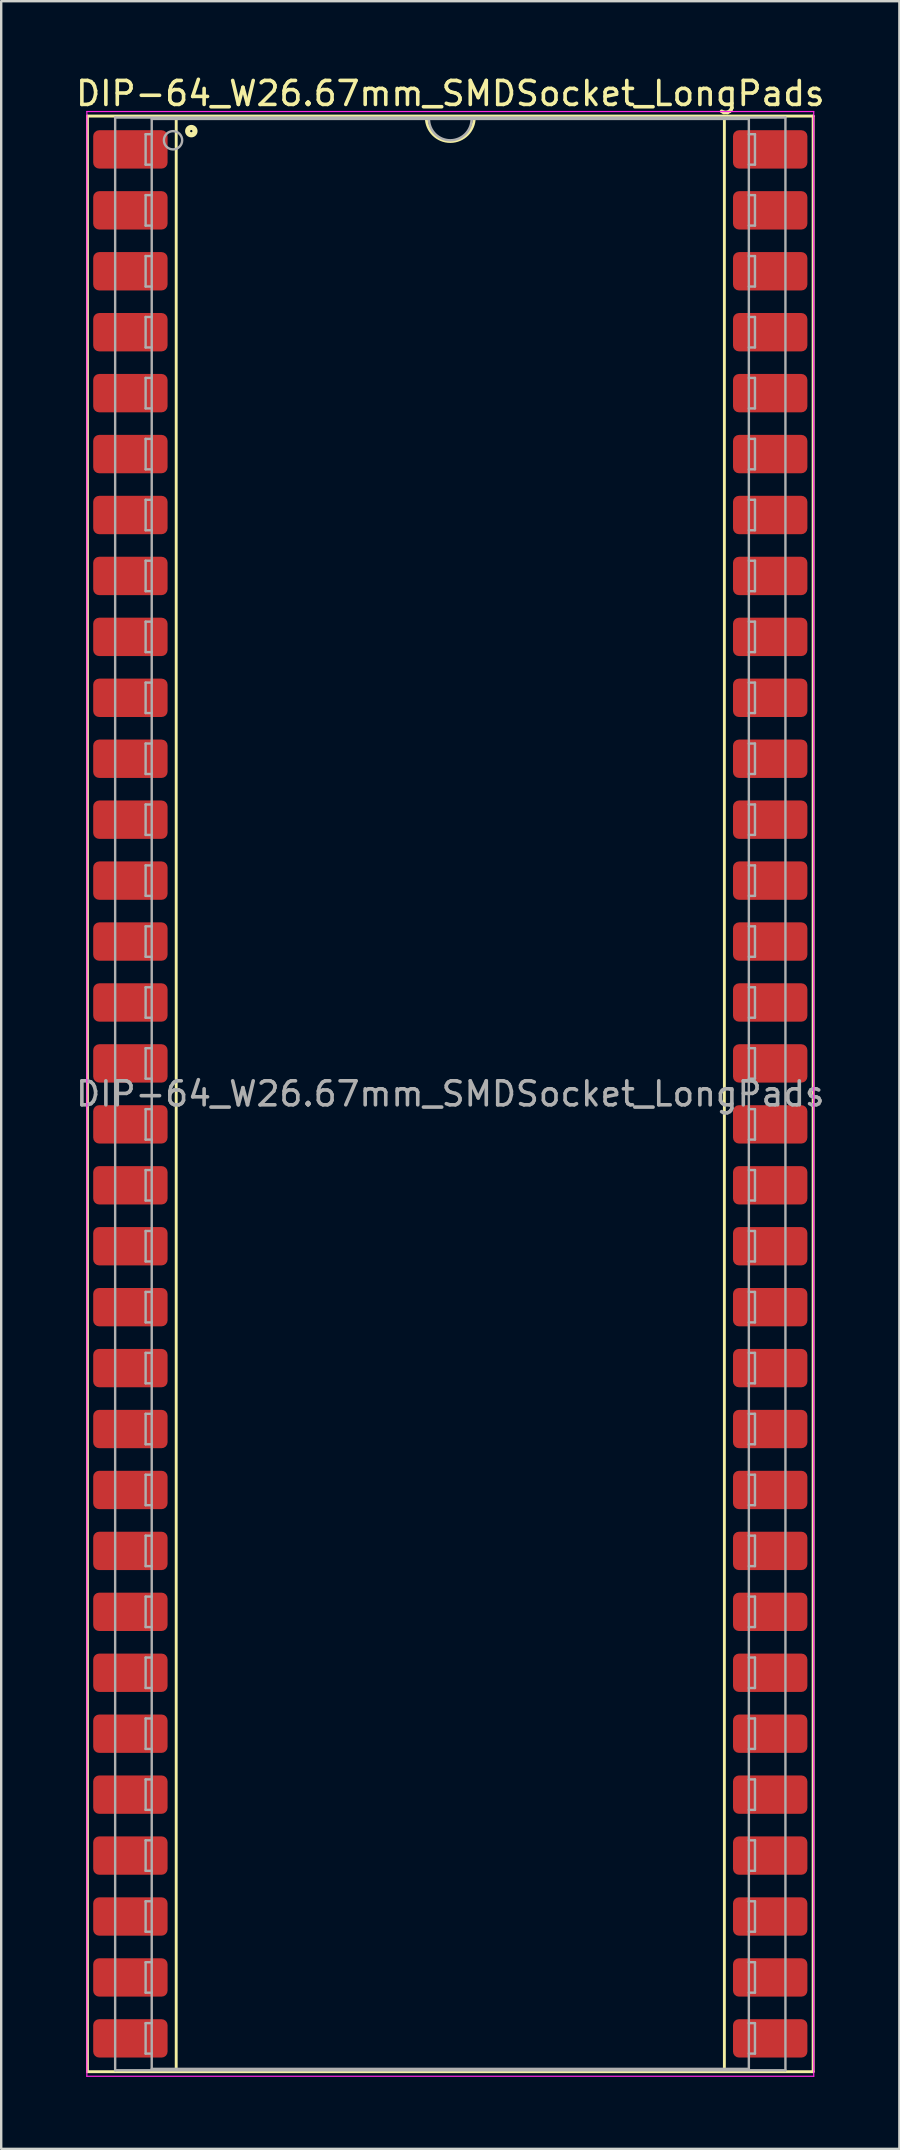
<source format=kicad_pcb>
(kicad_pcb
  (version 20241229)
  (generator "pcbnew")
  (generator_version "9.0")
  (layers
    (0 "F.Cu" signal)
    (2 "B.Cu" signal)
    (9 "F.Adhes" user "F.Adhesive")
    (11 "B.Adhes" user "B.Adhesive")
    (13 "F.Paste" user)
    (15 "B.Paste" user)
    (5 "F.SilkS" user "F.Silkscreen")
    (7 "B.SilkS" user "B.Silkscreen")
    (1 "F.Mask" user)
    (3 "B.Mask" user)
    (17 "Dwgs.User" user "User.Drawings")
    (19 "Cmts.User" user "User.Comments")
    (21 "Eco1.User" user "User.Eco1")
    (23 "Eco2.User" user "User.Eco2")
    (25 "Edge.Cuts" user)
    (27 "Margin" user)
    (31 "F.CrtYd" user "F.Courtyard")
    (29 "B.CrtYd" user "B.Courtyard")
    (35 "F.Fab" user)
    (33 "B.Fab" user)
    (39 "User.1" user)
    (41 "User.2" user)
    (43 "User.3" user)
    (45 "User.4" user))
  (footprint "DIP-64_W26.67mm_SMDSocket_LongPads"
    (layer "F.Cu")
    (at 15.72 42.548)
    (property "Reference" "DIP-64_W26.67mm_SMDSocket_LongPads" (at 0 -41.7 0) (layer "F.SilkS") (effects (font (size 1 1) (thickness 0.15))))
    (attr smd)
    (fp_line (start -15.125 -40.76) (end -15.125 40.76) (stroke (width 0.12) (type solid)) (layer "F.SilkS"))
    (fp_line (start -15.125 40.76) (end 15.125 40.76) (stroke (width 0.12) (type solid)) (layer "F.SilkS"))
    (fp_line (start -11.425 -40.7) (end -11.425 40.7) (stroke (width 0.12) (type solid)) (layer "F.SilkS"))
    (fp_line (start -11.425 40.7) (end 11.425 40.7) (stroke (width 0.12) (type solid)) (layer "F.SilkS"))
    (fp_line (start -1 -40.7) (end -11.425 -40.7) (stroke (width 0.12) (type solid)) (layer "F.SilkS"))
    (fp_line (start 11.425 -40.7) (end 1 -40.7) (stroke (width 0.12) (type solid)) (layer "F.SilkS"))
    (fp_line (start 11.425 40.7) (end 11.425 -40.7) (stroke (width 0.12) (type solid)) (layer "F.SilkS"))
    (fp_line (start 15.125 -40.76) (end -15.125 -40.76) (stroke (width 0.12) (type solid)) (layer "F.SilkS"))
    (fp_line (start 15.125 40.76) (end 15.125 -40.76) (stroke (width 0.12) (type solid)) (layer "F.SilkS"))
    (fp_arc (start 1 -40.7) (mid 0 -39.7) (end -1 -40.7) (stroke (width 0.12) (type solid)) (layer "F.SilkS"))
    (fp_circle (center -10.795 -40.132) (end -10.745 -40.132) (stroke (width 0.12) (type solid)) (fill no) (layer "F.SilkS"))
    (fp_circle (center -10.795 -40.132) (end -10.67 -40.132) (stroke (width 0.12) (type solid)) (fill no) (layer "F.SilkS"))
    (fp_circle (center -10.795 -40.132) (end -10.595 -40.132) (stroke (width 0.12) (type solid)) (fill no) (layer "F.SilkS"))
    (fp_line (start -15.15 -40.95) (end -15.15 40.95) (stroke (width 0.05) (type solid)) (layer "F.CrtYd"))
    (fp_line (start -15.15 40.95) (end 15.15 40.95) (stroke (width 0.05) (type solid)) (layer "F.CrtYd"))
    (fp_line (start 15.15 -40.95) (end -15.15 -40.95) (stroke (width 0.05) (type solid)) (layer "F.CrtYd"))
    (fp_line (start 15.15 40.95) (end 15.15 -40.95) (stroke (width 0.05) (type solid)) (layer "F.CrtYd"))
    (fp_line (start -13.97 -40.7) (end -13.97 40.7) (stroke (width 0.1) (type solid)) (layer "F.Fab"))
    (fp_line (start -13.97 40.7) (end 13.97 40.7) (stroke (width 0.1) (type solid)) (layer "F.Fab"))
    (fp_line (start -12.7 -40.005) (end -12.7 -38.735) (stroke (width 0.1) (type solid)) (layer "F.Fab"))
    (fp_line (start -12.7 -40.005) (end -12.446 -40.005) (stroke (width 0.1) (type solid)) (layer "F.Fab"))
    (fp_line (start -12.7 -38.735) (end -12.446 -38.735) (stroke (width 0.1) (type solid)) (layer "F.Fab"))
    (fp_line (start -12.7 -37.465) (end -12.7 -36.195) (stroke (width 0.1) (type solid)) (layer "F.Fab"))
    (fp_line (start -12.7 -37.465) (end -12.446 -37.465) (stroke (width 0.1) (type solid)) (layer "F.Fab"))
    (fp_line (start -12.7 -36.195) (end -12.446 -36.195) (stroke (width 0.1) (type solid)) (layer "F.Fab"))
    (fp_line (start -12.7 -34.925) (end -12.7 -33.655) (stroke (width 0.1) (type solid)) (layer "F.Fab"))
    (fp_line (start -12.7 -34.925) (end -12.446 -34.925) (stroke (width 0.1) (type solid)) (layer "F.Fab"))
    (fp_line (start -12.7 -33.655) (end -12.446 -33.655) (stroke (width 0.1) (type solid)) (layer "F.Fab"))
    (fp_line (start -12.7 -32.385) (end -12.7 -31.115) (stroke (width 0.1) (type solid)) (layer "F.Fab"))
    (fp_line (start -12.7 -32.385) (end -12.446 -32.385) (stroke (width 0.1) (type solid)) (layer "F.Fab"))
    (fp_line (start -12.7 -31.115) (end -12.446 -31.115) (stroke (width 0.1) (type solid)) (layer "F.Fab"))
    (fp_line (start -12.7 -29.845) (end -12.7 -28.575) (stroke (width 0.1) (type solid)) (layer "F.Fab"))
    (fp_line (start -12.7 -29.845) (end -12.446 -29.845) (stroke (width 0.1) (type solid)) (layer "F.Fab"))
    (fp_line (start -12.7 -28.575) (end -12.446 -28.575) (stroke (width 0.1) (type solid)) (layer "F.Fab"))
    (fp_line (start -12.7 -27.305) (end -12.7 -26.035) (stroke (width 0.1) (type solid)) (layer "F.Fab"))
    (fp_line (start -12.7 -27.305) (end -12.446 -27.305) (stroke (width 0.1) (type solid)) (layer "F.Fab"))
    (fp_line (start -12.7 -26.035) (end -12.446 -26.035) (stroke (width 0.1) (type solid)) (layer "F.Fab"))
    (fp_line (start -12.7 -24.765) (end -12.7 -23.495) (stroke (width 0.1) (type solid)) (layer "F.Fab"))
    (fp_line (start -12.7 -24.765) (end -12.446 -24.765) (stroke (width 0.1) (type solid)) (layer "F.Fab"))
    (fp_line (start -12.7 -23.495) (end -12.446 -23.495) (stroke (width 0.1) (type solid)) (layer "F.Fab"))
    (fp_line (start -12.7 -22.225) (end -12.7 -20.955) (stroke (width 0.1) (type solid)) (layer "F.Fab"))
    (fp_line (start -12.7 -22.225) (end -12.446 -22.225) (stroke (width 0.1) (type solid)) (layer "F.Fab"))
    (fp_line (start -12.7 -20.955) (end -12.446 -20.955) (stroke (width 0.1) (type solid)) (layer "F.Fab"))
    (fp_line (start -12.7 -19.685) (end -12.7 -18.415) (stroke (width 0.1) (type solid)) (layer "F.Fab"))
    (fp_line (start -12.7 -19.685) (end -12.446 -19.685) (stroke (width 0.1) (type solid)) (layer "F.Fab"))
    (fp_line (start -12.7 -18.415) (end -12.446 -18.415) (stroke (width 0.1) (type solid)) (layer "F.Fab"))
    (fp_line (start -12.7 -17.145) (end -12.7 -15.875) (stroke (width 0.1) (type solid)) (layer "F.Fab"))
    (fp_line (start -12.7 -17.145) (end -12.446 -17.145) (stroke (width 0.1) (type solid)) (layer "F.Fab"))
    (fp_line (start -12.7 -15.875) (end -12.446 -15.875) (stroke (width 0.1) (type solid)) (layer "F.Fab"))
    (fp_line (start -12.7 -14.605) (end -12.7 -13.335) (stroke (width 0.1) (type solid)) (layer "F.Fab"))
    (fp_line (start -12.7 -14.605) (end -12.446 -14.605) (stroke (width 0.1) (type solid)) (layer "F.Fab"))
    (fp_line (start -12.7 -13.335) (end -12.446 -13.335) (stroke (width 0.1) (type solid)) (layer "F.Fab"))
    (fp_line (start -12.7 -12.065) (end -12.7 -10.795) (stroke (width 0.1) (type solid)) (layer "F.Fab"))
    (fp_line (start -12.7 -12.065) (end -12.446 -12.065) (stroke (width 0.1) (type solid)) (layer "F.Fab"))
    (fp_line (start -12.7 -10.795) (end -12.446 -10.795) (stroke (width 0.1) (type solid)) (layer "F.Fab"))
    (fp_line (start -12.7 -9.525) (end -12.7 -8.255) (stroke (width 0.1) (type solid)) (layer "F.Fab"))
    (fp_line (start -12.7 -9.525) (end -12.446 -9.525) (stroke (width 0.1) (type solid)) (layer "F.Fab"))
    (fp_line (start -12.7 -8.255) (end -12.446 -8.255) (stroke (width 0.1) (type solid)) (layer "F.Fab"))
    (fp_line (start -12.7 -6.985) (end -12.7 -5.715) (stroke (width 0.1) (type solid)) (layer "F.Fab"))
    (fp_line (start -12.7 -6.985) (end -12.446 -6.985) (stroke (width 0.1) (type solid)) (layer "F.Fab"))
    (fp_line (start -12.7 -5.715) (end -12.446 -5.715) (stroke (width 0.1) (type solid)) (layer "F.Fab"))
    (fp_line (start -12.7 -4.445) (end -12.7 -3.175) (stroke (width 0.1) (type solid)) (layer "F.Fab"))
    (fp_line (start -12.7 -4.445) (end -12.446 -4.445) (stroke (width 0.1) (type solid)) (layer "F.Fab"))
    (fp_line (start -12.7 -3.175) (end -12.446 -3.175) (stroke (width 0.1) (type solid)) (layer "F.Fab"))
    (fp_line (start -12.7 -1.905) (end -12.7 -0.635) (stroke (width 0.1) (type solid)) (layer "F.Fab"))
    (fp_line (start -12.7 -1.905) (end -12.446 -1.905) (stroke (width 0.1) (type solid)) (layer "F.Fab"))
    (fp_line (start -12.7 -0.635) (end -12.446 -0.635) (stroke (width 0.1) (type solid)) (layer "F.Fab"))
    (fp_line (start -12.7 0.635) (end -12.7 1.905) (stroke (width 0.1) (type solid)) (layer "F.Fab"))
    (fp_line (start -12.7 0.635) (end -12.446 0.635) (stroke (width 0.1) (type solid)) (layer "F.Fab"))
    (fp_line (start -12.7 1.905) (end -12.446 1.905) (stroke (width 0.1) (type solid)) (layer "F.Fab"))
    (fp_line (start -12.7 3.175) (end -12.7 4.445) (stroke (width 0.1) (type solid)) (layer "F.Fab"))
    (fp_line (start -12.7 3.175) (end -12.446 3.175) (stroke (width 0.1) (type solid)) (layer "F.Fab"))
    (fp_line (start -12.7 4.445) (end -12.446 4.445) (stroke (width 0.1) (type solid)) (layer "F.Fab"))
    (fp_line (start -12.7 5.715) (end -12.7 6.985) (stroke (width 0.1) (type solid)) (layer "F.Fab"))
    (fp_line (start -12.7 5.715) (end -12.446 5.715) (stroke (width 0.1) (type solid)) (layer "F.Fab"))
    (fp_line (start -12.7 6.985) (end -12.446 6.985) (stroke (width 0.1) (type solid)) (layer "F.Fab"))
    (fp_line (start -12.7 8.255) (end -12.7 9.525) (stroke (width 0.1) (type solid)) (layer "F.Fab"))
    (fp_line (start -12.7 8.255) (end -12.446 8.255) (stroke (width 0.1) (type solid)) (layer "F.Fab"))
    (fp_line (start -12.7 9.525) (end -12.446 9.525) (stroke (width 0.1) (type solid)) (layer "F.Fab"))
    (fp_line (start -12.7 10.795) (end -12.7 12.065) (stroke (width 0.1) (type solid)) (layer "F.Fab"))
    (fp_line (start -12.7 10.795) (end -12.446 10.795) (stroke (width 0.1) (type solid)) (layer "F.Fab"))
    (fp_line (start -12.7 12.065) (end -12.446 12.065) (stroke (width 0.1) (type solid)) (layer "F.Fab"))
    (fp_line (start -12.7 13.335) (end -12.7 14.605) (stroke (width 0.1) (type solid)) (layer "F.Fab"))
    (fp_line (start -12.7 13.335) (end -12.446 13.335) (stroke (width 0.1) (type solid)) (layer "F.Fab"))
    (fp_line (start -12.7 14.605) (end -12.446 14.605) (stroke (width 0.1) (type solid)) (layer "F.Fab"))
    (fp_line (start -12.7 15.875) (end -12.7 17.145) (stroke (width 0.1) (type solid)) (layer "F.Fab"))
    (fp_line (start -12.7 15.875) (end -12.446 15.875) (stroke (width 0.1) (type solid)) (layer "F.Fab"))
    (fp_line (start -12.7 17.145) (end -12.446 17.145) (stroke (width 0.1) (type solid)) (layer "F.Fab"))
    (fp_line (start -12.7 18.415) (end -12.7 19.685) (stroke (width 0.1) (type solid)) (layer "F.Fab"))
    (fp_line (start -12.7 18.415) (end -12.446 18.415) (stroke (width 0.1) (type solid)) (layer "F.Fab"))
    (fp_line (start -12.7 19.685) (end -12.446 19.685) (stroke (width 0.1) (type solid)) (layer "F.Fab"))
    (fp_line (start -12.7 20.955) (end -12.7 22.225) (stroke (width 0.1) (type solid)) (layer "F.Fab"))
    (fp_line (start -12.7 20.955) (end -12.446 20.955) (stroke (width 0.1) (type solid)) (layer "F.Fab"))
    (fp_line (start -12.7 22.225) (end -12.446 22.225) (stroke (width 0.1) (type solid)) (layer "F.Fab"))
    (fp_line (start -12.7 23.495) (end -12.7 24.765) (stroke (width 0.1) (type solid)) (layer "F.Fab"))
    (fp_line (start -12.7 23.495) (end -12.446 23.495) (stroke (width 0.1) (type solid)) (layer "F.Fab"))
    (fp_line (start -12.7 24.765) (end -12.446 24.765) (stroke (width 0.1) (type solid)) (layer "F.Fab"))
    (fp_line (start -12.7 26.035) (end -12.7 27.305) (stroke (width 0.1) (type solid)) (layer "F.Fab"))
    (fp_line (start -12.7 26.035) (end -12.446 26.035) (stroke (width 0.1) (type solid)) (layer "F.Fab"))
    (fp_line (start -12.7 27.305) (end -12.446 27.305) (stroke (width 0.1) (type solid)) (layer "F.Fab"))
    (fp_line (start -12.7 28.575) (end -12.7 29.845) (stroke (width 0.1) (type solid)) (layer "F.Fab"))
    (fp_line (start -12.7 28.575) (end -12.446 28.575) (stroke (width 0.1) (type solid)) (layer "F.Fab"))
    (fp_line (start -12.7 29.845) (end -12.446 29.845) (stroke (width 0.1) (type solid)) (layer "F.Fab"))
    (fp_line (start -12.7 31.115) (end -12.7 32.385) (stroke (width 0.1) (type solid)) (layer "F.Fab"))
    (fp_line (start -12.7 31.115) (end -12.446 31.115) (stroke (width 0.1) (type solid)) (layer "F.Fab"))
    (fp_line (start -12.7 32.385) (end -12.446 32.385) (stroke (width 0.1) (type solid)) (layer "F.Fab"))
    (fp_line (start -12.7 33.655) (end -12.7 34.925) (stroke (width 0.1) (type solid)) (layer "F.Fab"))
    (fp_line (start -12.7 33.655) (end -12.446 33.655) (stroke (width 0.1) (type solid)) (layer "F.Fab"))
    (fp_line (start -12.7 34.925) (end -12.446 34.925) (stroke (width 0.1) (type solid)) (layer "F.Fab"))
    (fp_line (start -12.7 36.195) (end -12.7 37.465) (stroke (width 0.1) (type solid)) (layer "F.Fab"))
    (fp_line (start -12.7 36.195) (end -12.446 36.195) (stroke (width 0.1) (type solid)) (layer "F.Fab"))
    (fp_line (start -12.7 37.465) (end -12.446 37.465) (stroke (width 0.1) (type solid)) (layer "F.Fab"))
    (fp_line (start -12.7 38.735) (end -12.7 40.005) (stroke (width 0.1) (type solid)) (layer "F.Fab"))
    (fp_line (start -12.7 38.735) (end -12.446 38.735) (stroke (width 0.1) (type solid)) (layer "F.Fab"))
    (fp_line (start -12.7 40.005) (end -12.446 40.005) (stroke (width 0.1) (type solid)) (layer "F.Fab"))
    (fp_line (start -12.445 -40.64) (end 12.445 -40.64) (stroke (width 0.1) (type solid)) (layer "F.Fab"))
    (fp_line (start -12.445 40.64) (end -12.445 -40.64) (stroke (width 0.1) (type solid)) (layer "F.Fab"))
    (fp_line (start 12.445 -40.64) (end 12.445 40.64) (stroke (width 0.1) (type solid)) (layer "F.Fab"))
    (fp_line (start 12.445 40.64) (end -12.445 40.64) (stroke (width 0.1) (type solid)) (layer "F.Fab"))
    (fp_line (start 12.7 -40.005) (end 12.446 -40.005) (stroke (width 0.1) (type solid)) (layer "F.Fab"))
    (fp_line (start 12.7 -38.735) (end 12.446 -38.735) (stroke (width 0.1) (type solid)) (layer "F.Fab"))
    (fp_line (start 12.7 -38.735) (end 12.7 -40.005) (stroke (width 0.1) (type solid)) (layer "F.Fab"))
    (fp_line (start 12.7 -37.465) (end 12.446 -37.465) (stroke (width 0.1) (type solid)) (layer "F.Fab"))
    (fp_line (start 12.7 -36.195) (end 12.446 -36.195) (stroke (width 0.1) (type solid)) (layer "F.Fab"))
    (fp_line (start 12.7 -36.195) (end 12.7 -37.465) (stroke (width 0.1) (type solid)) (layer "F.Fab"))
    (fp_line (start 12.7 -34.925) (end 12.446 -34.925) (stroke (width 0.1) (type solid)) (layer "F.Fab"))
    (fp_line (start 12.7 -33.655) (end 12.446 -33.655) (stroke (width 0.1) (type solid)) (layer "F.Fab"))
    (fp_line (start 12.7 -33.655) (end 12.7 -34.925) (stroke (width 0.1) (type solid)) (layer "F.Fab"))
    (fp_line (start 12.7 -32.385) (end 12.446 -32.385) (stroke (width 0.1) (type solid)) (layer "F.Fab"))
    (fp_line (start 12.7 -31.115) (end 12.446 -31.115) (stroke (width 0.1) (type solid)) (layer "F.Fab"))
    (fp_line (start 12.7 -31.115) (end 12.7 -32.385) (stroke (width 0.1) (type solid)) (layer "F.Fab"))
    (fp_line (start 12.7 -29.845) (end 12.446 -29.845) (stroke (width 0.1) (type solid)) (layer "F.Fab"))
    (fp_line (start 12.7 -28.575) (end 12.446 -28.575) (stroke (width 0.1) (type solid)) (layer "F.Fab"))
    (fp_line (start 12.7 -28.575) (end 12.7 -29.845) (stroke (width 0.1) (type solid)) (layer "F.Fab"))
    (fp_line (start 12.7 -27.305) (end 12.446 -27.305) (stroke (width 0.1) (type solid)) (layer "F.Fab"))
    (fp_line (start 12.7 -26.035) (end 12.446 -26.035) (stroke (width 0.1) (type solid)) (layer "F.Fab"))
    (fp_line (start 12.7 -26.035) (end 12.7 -27.305) (stroke (width 0.1) (type solid)) (layer "F.Fab"))
    (fp_line (start 12.7 -24.765) (end 12.446 -24.765) (stroke (width 0.1) (type solid)) (layer "F.Fab"))
    (fp_line (start 12.7 -23.495) (end 12.446 -23.495) (stroke (width 0.1) (type solid)) (layer "F.Fab"))
    (fp_line (start 12.7 -23.495) (end 12.7 -24.765) (stroke (width 0.1) (type solid)) (layer "F.Fab"))
    (fp_line (start 12.7 -22.225) (end 12.446 -22.225) (stroke (width 0.1) (type solid)) (layer "F.Fab"))
    (fp_line (start 12.7 -20.955) (end 12.446 -20.955) (stroke (width 0.1) (type solid)) (layer "F.Fab"))
    (fp_line (start 12.7 -20.955) (end 12.7 -22.225) (stroke (width 0.1) (type solid)) (layer "F.Fab"))
    (fp_line (start 12.7 -19.685) (end 12.446 -19.685) (stroke (width 0.1) (type solid)) (layer "F.Fab"))
    (fp_line (start 12.7 -18.415) (end 12.446 -18.415) (stroke (width 0.1) (type solid)) (layer "F.Fab"))
    (fp_line (start 12.7 -18.415) (end 12.7 -19.685) (stroke (width 0.1) (type solid)) (layer "F.Fab"))
    (fp_line (start 12.7 -17.145) (end 12.446 -17.145) (stroke (width 0.1) (type solid)) (layer "F.Fab"))
    (fp_line (start 12.7 -15.875) (end 12.446 -15.875) (stroke (width 0.1) (type solid)) (layer "F.Fab"))
    (fp_line (start 12.7 -15.875) (end 12.7 -17.145) (stroke (width 0.1) (type solid)) (layer "F.Fab"))
    (fp_line (start 12.7 -14.605) (end 12.446 -14.605) (stroke (width 0.1) (type solid)) (layer "F.Fab"))
    (fp_line (start 12.7 -13.335) (end 12.446 -13.335) (stroke (width 0.1) (type solid)) (layer "F.Fab"))
    (fp_line (start 12.7 -13.335) (end 12.7 -14.605) (stroke (width 0.1) (type solid)) (layer "F.Fab"))
    (fp_line (start 12.7 -12.065) (end 12.446 -12.065) (stroke (width 0.1) (type solid)) (layer "F.Fab"))
    (fp_line (start 12.7 -10.795) (end 12.446 -10.795) (stroke (width 0.1) (type solid)) (layer "F.Fab"))
    (fp_line (start 12.7 -10.795) (end 12.7 -12.065) (stroke (width 0.1) (type solid)) (layer "F.Fab"))
    (fp_line (start 12.7 -9.525) (end 12.446 -9.525) (stroke (width 0.1) (type solid)) (layer "F.Fab"))
    (fp_line (start 12.7 -8.255) (end 12.446 -8.255) (stroke (width 0.1) (type solid)) (layer "F.Fab"))
    (fp_line (start 12.7 -8.255) (end 12.7 -9.525) (stroke (width 0.1) (type solid)) (layer "F.Fab"))
    (fp_line (start 12.7 -6.985) (end 12.446 -6.985) (stroke (width 0.1) (type solid)) (layer "F.Fab"))
    (fp_line (start 12.7 -5.715) (end 12.446 -5.715) (stroke (width 0.1) (type solid)) (layer "F.Fab"))
    (fp_line (start 12.7 -5.715) (end 12.7 -6.985) (stroke (width 0.1) (type solid)) (layer "F.Fab"))
    (fp_line (start 12.7 -4.445) (end 12.446 -4.445) (stroke (width 0.1) (type solid)) (layer "F.Fab"))
    (fp_line (start 12.7 -3.175) (end 12.446 -3.175) (stroke (width 0.1) (type solid)) (layer "F.Fab"))
    (fp_line (start 12.7 -3.175) (end 12.7 -4.445) (stroke (width 0.1) (type solid)) (layer "F.Fab"))
    (fp_line (start 12.7 -1.905) (end 12.446 -1.905) (stroke (width 0.1) (type solid)) (layer "F.Fab"))
    (fp_line (start 12.7 -0.635) (end 12.446 -0.635) (stroke (width 0.1) (type solid)) (layer "F.Fab"))
    (fp_line (start 12.7 -0.635) (end 12.7 -1.905) (stroke (width 0.1) (type solid)) (layer "F.Fab"))
    (fp_line (start 12.7 0.635) (end 12.446 0.635) (stroke (width 0.1) (type solid)) (layer "F.Fab"))
    (fp_line (start 12.7 1.905) (end 12.446 1.905) (stroke (width 0.1) (type solid)) (layer "F.Fab"))
    (fp_line (start 12.7 1.905) (end 12.7 0.635) (stroke (width 0.1) (type solid)) (layer "F.Fab"))
    (fp_line (start 12.7 3.175) (end 12.446 3.175) (stroke (width 0.1) (type solid)) (layer "F.Fab"))
    (fp_line (start 12.7 4.445) (end 12.446 4.445) (stroke (width 0.1) (type solid)) (layer "F.Fab"))
    (fp_line (start 12.7 4.445) (end 12.7 3.175) (stroke (width 0.1) (type solid)) (layer "F.Fab"))
    (fp_line (start 12.7 5.715) (end 12.446 5.715) (stroke (width 0.1) (type solid)) (layer "F.Fab"))
    (fp_line (start 12.7 6.985) (end 12.446 6.985) (stroke (width 0.1) (type solid)) (layer "F.Fab"))
    (fp_line (start 12.7 6.985) (end 12.7 5.715) (stroke (width 0.1) (type solid)) (layer "F.Fab"))
    (fp_line (start 12.7 8.255) (end 12.446 8.255) (stroke (width 0.1) (type solid)) (layer "F.Fab"))
    (fp_line (start 12.7 9.525) (end 12.446 9.525) (stroke (width 0.1) (type solid)) (layer "F.Fab"))
    (fp_line (start 12.7 9.525) (end 12.7 8.255) (stroke (width 0.1) (type solid)) (layer "F.Fab"))
    (fp_line (start 12.7 10.795) (end 12.446 10.795) (stroke (width 0.1) (type solid)) (layer "F.Fab"))
    (fp_line (start 12.7 12.065) (end 12.446 12.065) (stroke (width 0.1) (type solid)) (layer "F.Fab"))
    (fp_line (start 12.7 12.065) (end 12.7 10.795) (stroke (width 0.1) (type solid)) (layer "F.Fab"))
    (fp_line (start 12.7 13.335) (end 12.446 13.335) (stroke (width 0.1) (type solid)) (layer "F.Fab"))
    (fp_line (start 12.7 14.605) (end 12.446 14.605) (stroke (width 0.1) (type solid)) (layer "F.Fab"))
    (fp_line (start 12.7 14.605) (end 12.7 13.335) (stroke (width 0.1) (type solid)) (layer "F.Fab"))
    (fp_line (start 12.7 15.875) (end 12.446 15.875) (stroke (width 0.1) (type solid)) (layer "F.Fab"))
    (fp_line (start 12.7 17.145) (end 12.446 17.145) (stroke (width 0.1) (type solid)) (layer "F.Fab"))
    (fp_line (start 12.7 17.145) (end 12.7 15.875) (stroke (width 0.1) (type solid)) (layer "F.Fab"))
    (fp_line (start 12.7 18.415) (end 12.446 18.415) (stroke (width 0.1) (type solid)) (layer "F.Fab"))
    (fp_line (start 12.7 19.685) (end 12.446 19.685) (stroke (width 0.1) (type solid)) (layer "F.Fab"))
    (fp_line (start 12.7 19.685) (end 12.7 18.415) (stroke (width 0.1) (type solid)) (layer "F.Fab"))
    (fp_line (start 12.7 20.955) (end 12.446 20.955) (stroke (width 0.1) (type solid)) (layer "F.Fab"))
    (fp_line (start 12.7 22.225) (end 12.446 22.225) (stroke (width 0.1) (type solid)) (layer "F.Fab"))
    (fp_line (start 12.7 22.225) (end 12.7 20.955) (stroke (width 0.1) (type solid)) (layer "F.Fab"))
    (fp_line (start 12.7 23.495) (end 12.446 23.495) (stroke (width 0.1) (type solid)) (layer "F.Fab"))
    (fp_line (start 12.7 24.765) (end 12.446 24.765) (stroke (width 0.1) (type solid)) (layer "F.Fab"))
    (fp_line (start 12.7 24.765) (end 12.7 23.495) (stroke (width 0.1) (type solid)) (layer "F.Fab"))
    (fp_line (start 12.7 26.035) (end 12.446 26.035) (stroke (width 0.1) (type solid)) (layer "F.Fab"))
    (fp_line (start 12.7 27.305) (end 12.446 27.305) (stroke (width 0.1) (type solid)) (layer "F.Fab"))
    (fp_line (start 12.7 27.305) (end 12.7 26.035) (stroke (width 0.1) (type solid)) (layer "F.Fab"))
    (fp_line (start 12.7 28.575) (end 12.446 28.575) (stroke (width 0.1) (type solid)) (layer "F.Fab"))
    (fp_line (start 12.7 29.845) (end 12.446 29.845) (stroke (width 0.1) (type solid)) (layer "F.Fab"))
    (fp_line (start 12.7 29.845) (end 12.7 28.575) (stroke (width 0.1) (type solid)) (layer "F.Fab"))
    (fp_line (start 12.7 31.115) (end 12.446 31.115) (stroke (width 0.1) (type solid)) (layer "F.Fab"))
    (fp_line (start 12.7 32.385) (end 12.446 32.385) (stroke (width 0.1) (type solid)) (layer "F.Fab"))
    (fp_line (start 12.7 32.385) (end 12.7 31.115) (stroke (width 0.1) (type solid)) (layer "F.Fab"))
    (fp_line (start 12.7 33.655) (end 12.446 33.655) (stroke (width 0.1) (type solid)) (layer "F.Fab"))
    (fp_line (start 12.7 34.925) (end 12.446 34.925) (stroke (width 0.1) (type solid)) (layer "F.Fab"))
    (fp_line (start 12.7 34.925) (end 12.7 33.655) (stroke (width 0.1) (type solid)) (layer "F.Fab"))
    (fp_line (start 12.7 36.195) (end 12.446 36.195) (stroke (width 0.1) (type solid)) (layer "F.Fab"))
    (fp_line (start 12.7 37.465) (end 12.446 37.465) (stroke (width 0.1) (type solid)) (layer "F.Fab"))
    (fp_line (start 12.7 37.465) (end 12.7 36.195) (stroke (width 0.1) (type solid)) (layer "F.Fab"))
    (fp_line (start 12.7 38.735) (end 12.446 38.735) (stroke (width 0.1) (type solid)) (layer "F.Fab"))
    (fp_line (start 12.7 40.005) (end 12.446 40.005) (stroke (width 0.1) (type solid)) (layer "F.Fab"))
    (fp_line (start 12.7 40.005) (end 12.7 38.735) (stroke (width 0.1) (type solid)) (layer "F.Fab"))
    (fp_line (start 13.97 -40.7) (end -13.97 -40.7) (stroke (width 0.1) (type solid)) (layer "F.Fab"))
    (fp_line (start 13.97 40.7) (end 13.97 -40.7) (stroke (width 0.1) (type solid)) (layer "F.Fab"))
    (fp_arc (start 0.889 -40.64) (mid 0 -39.751) (end -0.889 -40.64) (stroke (width 0.1) (type solid)) (layer "F.Fab"))
    (fp_circle (center -11.557 -39.751) (end -11.176 -39.751) (stroke (width 0.1) (type solid)) (fill no) (layer "F.Fab"))
    (fp_text user "${REFERENCE}" (at 0 0 0) (layer "F.Fab") (effects (font (size 1 1) (thickness 0.15))))
    (pad "1" smd roundrect (at -13.335 -39.37) (size 3.1 1.6) (layers "F.Cu" "F.Mask" "F.Paste") (roundrect_rratio 0.156))
    (pad "2" smd roundrect (at -13.335 -36.83) (size 3.1 1.6) (layers "F.Cu" "F.Mask" "F.Paste") (roundrect_rratio 0.156))
    (pad "3" smd roundrect (at -13.335 -34.29) (size 3.1 1.6) (layers "F.Cu" "F.Mask" "F.Paste") (roundrect_rratio 0.156))
    (pad "4" smd roundrect (at -13.335 -31.75) (size 3.1 1.6) (layers "F.Cu" "F.Mask" "F.Paste") (roundrect_rratio 0.156))
    (pad "5" smd roundrect (at -13.335 -29.21) (size 3.1 1.6) (layers "F.Cu" "F.Mask" "F.Paste") (roundrect_rratio 0.156))
    (pad "6" smd roundrect (at -13.335 -26.67) (size 3.1 1.6) (layers "F.Cu" "F.Mask" "F.Paste") (roundrect_rratio 0.156))
    (pad "7" smd roundrect (at -13.335 -24.13) (size 3.1 1.6) (layers "F.Cu" "F.Mask" "F.Paste") (roundrect_rratio 0.156))
    (pad "8" smd roundrect (at -13.335 -21.59) (size 3.1 1.6) (layers "F.Cu" "F.Mask" "F.Paste") (roundrect_rratio 0.156))
    (pad "9" smd roundrect (at -13.335 -19.05) (size 3.1 1.6) (layers "F.Cu" "F.Mask" "F.Paste") (roundrect_rratio 0.156))
    (pad "10" smd roundrect (at -13.335 -16.51) (size 3.1 1.6) (layers "F.Cu" "F.Mask" "F.Paste") (roundrect_rratio 0.156))
    (pad "11" smd roundrect (at -13.335 -13.97) (size 3.1 1.6) (layers "F.Cu" "F.Mask" "F.Paste") (roundrect_rratio 0.156))
    (pad "12" smd roundrect (at -13.335 -11.43) (size 3.1 1.6) (layers "F.Cu" "F.Mask" "F.Paste") (roundrect_rratio 0.156))
    (pad "13" smd roundrect (at -13.335 -8.89) (size 3.1 1.6) (layers "F.Cu" "F.Mask" "F.Paste") (roundrect_rratio 0.156))
    (pad "14" smd roundrect (at -13.335 -6.35) (size 3.1 1.6) (layers "F.Cu" "F.Mask" "F.Paste") (roundrect_rratio 0.156))
    (pad "15" smd roundrect (at -13.335 -3.81) (size 3.1 1.6) (layers "F.Cu" "F.Mask" "F.Paste") (roundrect_rratio 0.156))
    (pad "16" smd roundrect (at -13.335 -1.27) (size 3.1 1.6) (layers "F.Cu" "F.Mask" "F.Paste") (roundrect_rratio 0.156))
    (pad "17" smd roundrect (at -13.335 1.27) (size 3.1 1.6) (layers "F.Cu" "F.Mask" "F.Paste") (roundrect_rratio 0.156))
    (pad "18" smd roundrect (at -13.335 3.81) (size 3.1 1.6) (layers "F.Cu" "F.Mask" "F.Paste") (roundrect_rratio 0.156))
    (pad "19" smd roundrect (at -13.335 6.35) (size 3.1 1.6) (layers "F.Cu" "F.Mask" "F.Paste") (roundrect_rratio 0.156))
    (pad "20" smd roundrect (at -13.335 8.89) (size 3.1 1.6) (layers "F.Cu" "F.Mask" "F.Paste") (roundrect_rratio 0.156))
    (pad "21" smd roundrect (at -13.335 11.43) (size 3.1 1.6) (layers "F.Cu" "F.Mask" "F.Paste") (roundrect_rratio 0.156))
    (pad "22" smd roundrect (at -13.335 13.97) (size 3.1 1.6) (layers "F.Cu" "F.Mask" "F.Paste") (roundrect_rratio 0.156))
    (pad "23" smd roundrect (at -13.335 16.51) (size 3.1 1.6) (layers "F.Cu" "F.Mask" "F.Paste") (roundrect_rratio 0.156))
    (pad "24" smd roundrect (at -13.335 19.05) (size 3.1 1.6) (layers "F.Cu" "F.Mask" "F.Paste") (roundrect_rratio 0.156))
    (pad "25" smd roundrect (at -13.335 21.59) (size 3.1 1.6) (layers "F.Cu" "F.Mask" "F.Paste") (roundrect_rratio 0.156))
    (pad "26" smd roundrect (at -13.335 24.13) (size 3.1 1.6) (layers "F.Cu" "F.Mask" "F.Paste") (roundrect_rratio 0.156))
    (pad "27" smd roundrect (at -13.335 26.67) (size 3.1 1.6) (layers "F.Cu" "F.Mask" "F.Paste") (roundrect_rratio 0.156))
    (pad "28" smd roundrect (at -13.335 29.21) (size 3.1 1.6) (layers "F.Cu" "F.Mask" "F.Paste") (roundrect_rratio 0.156))
    (pad "29" smd roundrect (at -13.335 31.75) (size 3.1 1.6) (layers "F.Cu" "F.Mask" "F.Paste") (roundrect_rratio 0.156))
    (pad "30" smd roundrect (at -13.335 34.29) (size 3.1 1.6) (layers "F.Cu" "F.Mask" "F.Paste") (roundrect_rratio 0.156))
    (pad "31" smd roundrect (at -13.335 36.83) (size 3.1 1.6) (layers "F.Cu" "F.Mask" "F.Paste") (roundrect_rratio 0.156))
    (pad "32" smd roundrect (at -13.335 39.37) (size 3.1 1.6) (layers "F.Cu" "F.Mask" "F.Paste") (roundrect_rratio 0.156))
    (pad "33" smd roundrect (at 13.335 39.37) (size 3.1 1.6) (layers "F.Cu" "F.Mask" "F.Paste") (roundrect_rratio 0.156))
    (pad "34" smd roundrect (at 13.335 36.83) (size 3.1 1.6) (layers "F.Cu" "F.Mask" "F.Paste") (roundrect_rratio 0.156))
    (pad "35" smd roundrect (at 13.335 34.29) (size 3.1 1.6) (layers "F.Cu" "F.Mask" "F.Paste") (roundrect_rratio 0.156))
    (pad "36" smd roundrect (at 13.335 31.75) (size 3.1 1.6) (layers "F.Cu" "F.Mask" "F.Paste") (roundrect_rratio 0.156))
    (pad "37" smd roundrect (at 13.335 29.21) (size 3.1 1.6) (layers "F.Cu" "F.Mask" "F.Paste") (roundrect_rratio 0.156))
    (pad "38" smd roundrect (at 13.335 26.67) (size 3.1 1.6) (layers "F.Cu" "F.Mask" "F.Paste") (roundrect_rratio 0.156))
    (pad "39" smd roundrect (at 13.335 24.13) (size 3.1 1.6) (layers "F.Cu" "F.Mask" "F.Paste") (roundrect_rratio 0.156))
    (pad "40" smd roundrect (at 13.335 21.59) (size 3.1 1.6) (layers "F.Cu" "F.Mask" "F.Paste") (roundrect_rratio 0.156))
    (pad "41" smd roundrect (at 13.335 19.05) (size 3.1 1.6) (layers "F.Cu" "F.Mask" "F.Paste") (roundrect_rratio 0.156))
    (pad "42" smd roundrect (at 13.335 16.51) (size 3.1 1.6) (layers "F.Cu" "F.Mask" "F.Paste") (roundrect_rratio 0.156))
    (pad "43" smd roundrect (at 13.335 13.97) (size 3.1 1.6) (layers "F.Cu" "F.Mask" "F.Paste") (roundrect_rratio 0.156))
    (pad "44" smd roundrect (at 13.335 11.43) (size 3.1 1.6) (layers "F.Cu" "F.Mask" "F.Paste") (roundrect_rratio 0.156))
    (pad "45" smd roundrect (at 13.335 8.89) (size 3.1 1.6) (layers "F.Cu" "F.Mask" "F.Paste") (roundrect_rratio 0.156))
    (pad "46" smd roundrect (at 13.335 6.35) (size 3.1 1.6) (layers "F.Cu" "F.Mask" "F.Paste") (roundrect_rratio 0.156))
    (pad "47" smd roundrect (at 13.335 3.81) (size 3.1 1.6) (layers "F.Cu" "F.Mask" "F.Paste") (roundrect_rratio 0.156))
    (pad "48" smd roundrect (at 13.335 1.27) (size 3.1 1.6) (layers "F.Cu" "F.Mask" "F.Paste") (roundrect_rratio 0.156))
    (pad "49" smd roundrect (at 13.335 -1.27) (size 3.1 1.6) (layers "F.Cu" "F.Mask" "F.Paste") (roundrect_rratio 0.156))
    (pad "50" smd roundrect (at 13.335 -3.81) (size 3.1 1.6) (layers "F.Cu" "F.Mask" "F.Paste") (roundrect_rratio 0.156))
    (pad "51" smd roundrect (at 13.335 -6.35) (size 3.1 1.6) (layers "F.Cu" "F.Mask" "F.Paste") (roundrect_rratio 0.156))
    (pad "52" smd roundrect (at 13.335 -8.89) (size 3.1 1.6) (layers "F.Cu" "F.Mask" "F.Paste") (roundrect_rratio 0.156))
    (pad "53" smd roundrect (at 13.335 -11.43) (size 3.1 1.6) (layers "F.Cu" "F.Mask" "F.Paste") (roundrect_rratio 0.156))
    (pad "54" smd roundrect (at 13.335 -13.97) (size 3.1 1.6) (layers "F.Cu" "F.Mask" "F.Paste") (roundrect_rratio 0.156))
    (pad "55" smd roundrect (at 13.335 -16.51) (size 3.1 1.6) (layers "F.Cu" "F.Mask" "F.Paste") (roundrect_rratio 0.156))
    (pad "56" smd roundrect (at 13.335 -19.05) (size 3.1 1.6) (layers "F.Cu" "F.Mask" "F.Paste") (roundrect_rratio 0.156))
    (pad "57" smd roundrect (at 13.335 -21.59) (size 3.1 1.6) (layers "F.Cu" "F.Mask" "F.Paste") (roundrect_rratio 0.156))
    (pad "58" smd roundrect (at 13.335 -24.13) (size 3.1 1.6) (layers "F.Cu" "F.Mask" "F.Paste") (roundrect_rratio 0.156))
    (pad "59" smd roundrect (at 13.335 -26.67) (size 3.1 1.6) (layers "F.Cu" "F.Mask" "F.Paste") (roundrect_rratio 0.156))
    (pad "60" smd roundrect (at 13.335 -29.21) (size 3.1 1.6) (layers "F.Cu" "F.Mask" "F.Paste") (roundrect_rratio 0.156))
    (pad "61" smd roundrect (at 13.335 -31.75) (size 3.1 1.6) (layers "F.Cu" "F.Mask" "F.Paste") (roundrect_rratio 0.156))
    (pad "62" smd roundrect (at 13.335 -34.29) (size 3.1 1.6) (layers "F.Cu" "F.Mask" "F.Paste") (roundrect_rratio 0.156))
    (pad "63" smd roundrect (at 13.335 -36.83) (size 3.1 1.6) (layers "F.Cu" "F.Mask" "F.Paste") (roundrect_rratio 0.156))
    (pad "64" smd roundrect (at 13.335 -39.37) (size 3.1 1.6) (layers "F.Cu" "F.Mask" "F.Paste") (roundrect_rratio 0.156)))
  (gr_rect
    (start -3 -3)
    (end 34.44 86.523)
    (stroke (width 0.1) (type default))
    (fill no)
    (layer "Edge.Cuts")))
</source>
